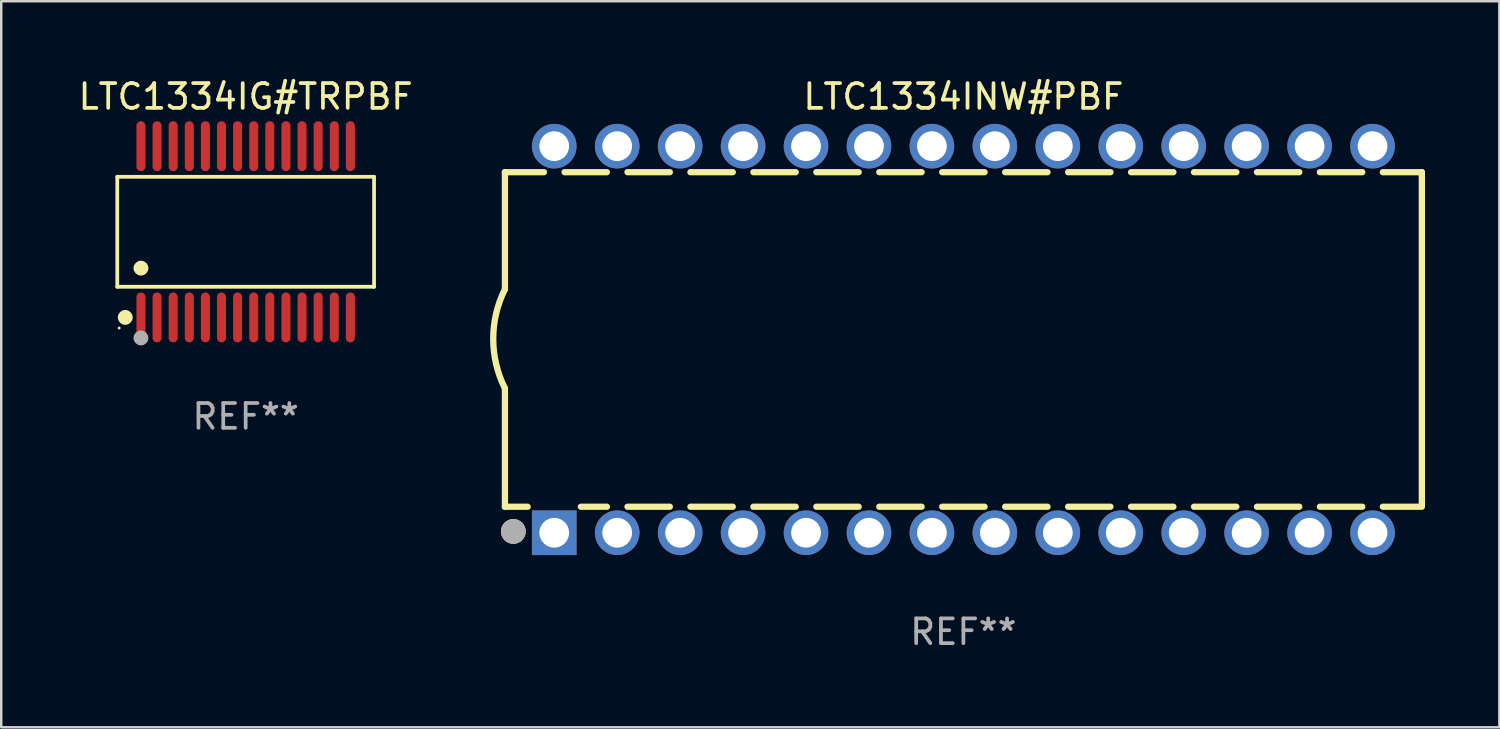
<source format=kicad_pcb>
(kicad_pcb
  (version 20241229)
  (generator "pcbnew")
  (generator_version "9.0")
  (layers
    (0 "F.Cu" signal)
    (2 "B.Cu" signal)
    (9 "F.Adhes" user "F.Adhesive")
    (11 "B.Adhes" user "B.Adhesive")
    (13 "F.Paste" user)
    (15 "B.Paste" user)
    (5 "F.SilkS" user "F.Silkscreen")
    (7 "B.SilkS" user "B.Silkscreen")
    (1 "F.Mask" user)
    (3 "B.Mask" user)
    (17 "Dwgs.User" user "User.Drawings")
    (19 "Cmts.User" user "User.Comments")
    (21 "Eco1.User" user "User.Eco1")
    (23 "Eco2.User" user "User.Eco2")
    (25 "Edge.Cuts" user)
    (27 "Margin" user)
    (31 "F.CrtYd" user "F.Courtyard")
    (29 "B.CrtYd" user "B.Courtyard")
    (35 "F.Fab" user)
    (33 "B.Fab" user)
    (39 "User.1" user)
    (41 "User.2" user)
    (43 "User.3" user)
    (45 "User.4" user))
  (footprint "LTC1334INW#PBF"
    (layer "F.Cu")
    (at 35.825 10.648)
    (property "Reference" "LTC1334INW#PBF" (at 0 -9.8 0) (layer "F.SilkS") (effects (font (size 1 1) (thickness 0.15))))
    (attr through_hole)
    (fp_line (start -18.5 -6.75) (end -18.5 -2.026) (stroke (width 0.254) (type solid)) (layer "F.SilkS"))
    (fp_line (start -18.5 -6.75) (end -16.926 -6.75) (stroke (width 0.254) (type solid)) (layer "F.SilkS"))
    (fp_line (start -18.5 6.75) (end -18.5 1.974) (stroke (width 0.254) (type solid)) (layer "F.SilkS"))
    (fp_line (start -18.5 6.75) (end -17.584 6.75) (stroke (width 0.254) (type solid)) (layer "F.SilkS"))
    (fp_line (start -16.094 -6.75) (end -14.386 -6.75) (stroke (width 0.254) (type solid)) (layer "F.SilkS"))
    (fp_line (start -15.436 6.75) (end -14.386 6.75) (stroke (width 0.254) (type solid)) (layer "F.SilkS"))
    (fp_line (start -13.554 -6.75) (end -11.846 -6.75) (stroke (width 0.254) (type solid)) (layer "F.SilkS"))
    (fp_line (start -13.554 6.75) (end -11.846 6.75) (stroke (width 0.254) (type solid)) (layer "F.SilkS"))
    (fp_line (start -11.014 -6.75) (end -9.306 -6.75) (stroke (width 0.254) (type solid)) (layer "F.SilkS"))
    (fp_line (start -11.014 6.75) (end -9.306 6.75) (stroke (width 0.254) (type solid)) (layer "F.SilkS"))
    (fp_line (start -8.474 -6.75) (end -6.766 -6.75) (stroke (width 0.254) (type solid)) (layer "F.SilkS"))
    (fp_line (start -8.474 6.75) (end -6.766 6.75) (stroke (width 0.254) (type solid)) (layer "F.SilkS"))
    (fp_line (start -5.934 -6.75) (end -4.226 -6.75) (stroke (width 0.254) (type solid)) (layer "F.SilkS"))
    (fp_line (start -5.934 6.75) (end -4.226 6.75) (stroke (width 0.254) (type solid)) (layer "F.SilkS"))
    (fp_line (start -3.394 -6.75) (end -1.686 -6.75) (stroke (width 0.254) (type solid)) (layer "F.SilkS"))
    (fp_line (start -3.394 6.75) (end -1.686 6.75) (stroke (width 0.254) (type solid)) (layer "F.SilkS"))
    (fp_line (start -0.854 -6.75) (end 0.854 -6.75) (stroke (width 0.254) (type solid)) (layer "F.SilkS"))
    (fp_line (start -0.854 6.75) (end 0.854 6.75) (stroke (width 0.254) (type solid)) (layer "F.SilkS"))
    (fp_line (start 1.686 -6.75) (end 3.394 -6.75) (stroke (width 0.254) (type solid)) (layer "F.SilkS"))
    (fp_line (start 1.686 6.75) (end 3.394 6.75) (stroke (width 0.254) (type solid)) (layer "F.SilkS"))
    (fp_line (start 4.226 -6.75) (end 5.934 -6.75) (stroke (width 0.254) (type solid)) (layer "F.SilkS"))
    (fp_line (start 4.226 6.75) (end 5.934 6.75) (stroke (width 0.254) (type solid)) (layer "F.SilkS"))
    (fp_line (start 6.766 -6.75) (end 8.474 -6.75) (stroke (width 0.254) (type solid)) (layer "F.SilkS"))
    (fp_line (start 6.766 6.75) (end 8.474 6.75) (stroke (width 0.254) (type solid)) (layer "F.SilkS"))
    (fp_line (start 9.306 -6.75) (end 11.014 -6.75) (stroke (width 0.254) (type solid)) (layer "F.SilkS"))
    (fp_line (start 9.306 6.75) (end 11.014 6.75) (stroke (width 0.254) (type solid)) (layer "F.SilkS"))
    (fp_line (start 11.846 -6.75) (end 13.554 -6.75) (stroke (width 0.254) (type solid)) (layer "F.SilkS"))
    (fp_line (start 11.846 6.75) (end 13.554 6.75) (stroke (width 0.254) (type solid)) (layer "F.SilkS"))
    (fp_line (start 14.386 -6.75) (end 16.094 -6.75) (stroke (width 0.254) (type solid)) (layer "F.SilkS"))
    (fp_line (start 14.386 6.75) (end 16.094 6.75) (stroke (width 0.254) (type solid)) (layer "F.SilkS"))
    (fp_line (start 16.926 -6.75) (end 18.5 -6.75) (stroke (width 0.254) (type solid)) (layer "F.SilkS"))
    (fp_line (start 16.926 6.75) (end 18.415 6.75) (stroke (width 0.254) (type solid)) (layer "F.SilkS"))
    (fp_line (start 18.5 6.75) (end 18.5 -6.75) (stroke (width 0.254) (type solid)) (layer "F.SilkS"))
    (fp_arc (start -18.500051 1.974384) (mid -18.972187 -0.025616) (end -18.500051 -2.025616) (stroke (width 0.254001) (type solid)) (layer "F.SilkS"))
    (fp_circle (center -18.5 7.8) (end -18.47 7.8) (stroke (width 0.06) (type solid)) (fill no) (layer "F.SilkS"))
    (fp_circle (center -18.161 7.747) (end -17.911 7.747) (stroke (width 0.5) (type solid)) (fill no) (layer "F.SilkS"))
    (fp_circle (center -18.161 7.747) (end -17.911 7.747) (stroke (width 0.5) (type solid)) (fill no) (layer "F.Fab"))
    (fp_text user "REF**" (at 0 11.8 0) (layer "F.Fab") (effects (font (size 1 1) (thickness 0.15))))
    (pad "1" thru_hole rect (at -16.51 7.8) (size 1.8 1.8) (drill 1.2) (layers "*.Cu" "*.Mask"))
    (pad "2" thru_hole circle (at -13.97 7.8) (size 1.8 1.8) (drill 1.2) (layers "*.Cu" "*.Mask"))
    (pad "3" thru_hole circle (at -11.43 7.8) (size 1.8 1.8) (drill 1.2) (layers "*.Cu" "*.Mask"))
    (pad "4" thru_hole circle (at -8.89 7.8) (size 1.8 1.8) (drill 1.2) (layers "*.Cu" "*.Mask"))
    (pad "5" thru_hole circle (at -6.35 7.8) (size 1.8 1.8) (drill 1.2) (layers "*.Cu" "*.Mask"))
    (pad "6" thru_hole circle (at -3.81 7.8) (size 1.8 1.8) (drill 1.2) (layers "*.Cu" "*.Mask"))
    (pad "7" thru_hole circle (at -1.27 7.8) (size 1.8 1.8) (drill 1.2) (layers "*.Cu" "*.Mask"))
    (pad "8" thru_hole circle (at 1.27 7.8) (size 1.8 1.8) (drill 1.2) (layers "*.Cu" "*.Mask"))
    (pad "9" thru_hole circle (at 3.81 7.8) (size 1.8 1.8) (drill 1.2) (layers "*.Cu" "*.Mask"))
    (pad "10" thru_hole circle (at 6.35 7.8) (size 1.8 1.8) (drill 1.2) (layers "*.Cu" "*.Mask"))
    (pad "11" thru_hole circle (at 8.89 7.8) (size 1.8 1.8) (drill 1.2) (layers "*.Cu" "*.Mask"))
    (pad "12" thru_hole circle (at 11.43 7.8) (size 1.8 1.8) (drill 1.2) (layers "*.Cu" "*.Mask"))
    (pad "13" thru_hole circle (at 13.97 7.8) (size 1.8 1.8) (drill 1.2) (layers "*.Cu" "*.Mask"))
    (pad "14" thru_hole circle (at 16.51 7.8) (size 1.8 1.8) (drill 1.2) (layers "*.Cu" "*.Mask"))
    (pad "15" thru_hole circle (at 16.51 -7.8) (size 1.8 1.8) (drill 1.2) (layers "*.Cu" "*.Mask"))
    (pad "16" thru_hole circle (at 13.97 -7.8) (size 1.8 1.8) (drill 1.2) (layers "*.Cu" "*.Mask"))
    (pad "17" thru_hole circle (at 11.43 -7.8) (size 1.8 1.8) (drill 1.2) (layers "*.Cu" "*.Mask"))
    (pad "18" thru_hole circle (at 8.89 -7.8) (size 1.8 1.8) (drill 1.2) (layers "*.Cu" "*.Mask"))
    (pad "19" thru_hole circle (at 6.35 -7.8) (size 1.8 1.8) (drill 1.2) (layers "*.Cu" "*.Mask"))
    (pad "20" thru_hole circle (at 3.81 -7.8) (size 1.8 1.8) (drill 1.2) (layers "*.Cu" "*.Mask"))
    (pad "21" thru_hole circle (at 1.27 -7.8) (size 1.8 1.8) (drill 1.2) (layers "*.Cu" "*.Mask"))
    (pad "22" thru_hole circle (at -1.27 -7.8) (size 1.8 1.8) (drill 1.2) (layers "*.Cu" "*.Mask"))
    (pad "23" thru_hole circle (at -3.81 -7.8) (size 1.8 1.8) (drill 1.2) (layers "*.Cu" "*.Mask"))
    (pad "24" thru_hole circle (at -6.35 -7.8) (size 1.8 1.8) (drill 1.2) (layers "*.Cu" "*.Mask"))
    (pad "25" thru_hole circle (at -8.89 -7.8) (size 1.8 1.8) (drill 1.2) (layers "*.Cu" "*.Mask"))
    (pad "26" thru_hole circle (at -11.43 -7.8) (size 1.8 1.8) (drill 1.2) (layers "*.Cu" "*.Mask"))
    (pad "27" thru_hole circle (at -13.97 -7.8) (size 1.8 1.8) (drill 1.2) (layers "*.Cu" "*.Mask"))
    (pad "28" thru_hole circle (at -16.51 -7.8) (size 1.8 1.8) (drill 1.2) (layers "*.Cu" "*.Mask")))
  (footprint "LTC1334IG#TRPBF"
    (layer "F.Cu")
    (at 6.863 6.303)
    (property "Reference" "LTC1334IG#TRPBF" (at 0 -5.455 0) (layer "F.SilkS") (effects (font (size 1 1) (thickness 0.15))))
    (attr through_hole)
    (fp_line (start -5.181 -2.219) (end 5.181 -2.219) (stroke (width 0.152) (type solid)) (layer "F.SilkS"))
    (fp_line (start -5.181 2.219) (end -5.181 -2.219) (stroke (width 0.152) (type solid)) (layer "F.SilkS"))
    (fp_line (start 5.181 -2.219) (end 5.181 2.219) (stroke (width 0.152) (type solid)) (layer "F.SilkS"))
    (fp_line (start 5.181 2.219) (end -5.181 2.219) (stroke (width 0.152) (type solid)) (layer "F.SilkS"))
    (fp_circle (center -5.105 3.885) (end -5.075 3.885) (stroke (width 0.06) (type solid)) (fill no) (layer "F.SilkS"))
    (fp_circle (center -4.859 3.455) (end -4.709 3.455) (stroke (width 0.3) (type solid)) (fill no) (layer "F.SilkS"))
    (fp_circle (center -4.225 1.467) (end -4.075 1.467) (stroke (width 0.3) (type solid)) (fill no) (layer "F.SilkS"))
    (fp_circle (center -4.225 4.285) (end -4.075 4.285) (stroke (width 0.3) (type solid)) (fill no) (layer "F.Fab"))
    (fp_text user "REF**" (at 0 7.455 0) (layer "F.Fab") (effects (font (size 1 1) (thickness 0.15))))
    (pad "1" smd oval (at -4.225 3.455) (size 0.364 2.015) (layers "F.Cu" "F.Mask" "F.Paste"))
    (pad "2" smd oval (at -3.575 3.455) (size 0.364 2.015) (layers "F.Cu" "F.Mask" "F.Paste"))
    (pad "3" smd oval (at -2.925 3.455) (size 0.364 2.015) (layers "F.Cu" "F.Mask" "F.Paste"))
    (pad "4" smd oval (at -2.275 3.455) (size 0.364 2.015) (layers "F.Cu" "F.Mask" "F.Paste"))
    (pad "5" smd oval (at -1.625 3.455) (size 0.364 2.015) (layers "F.Cu" "F.Mask" "F.Paste"))
    (pad "6" smd oval (at -0.975 3.455) (size 0.364 2.015) (layers "F.Cu" "F.Mask" "F.Paste"))
    (pad "7" smd oval (at -0.325 3.455) (size 0.364 2.015) (layers "F.Cu" "F.Mask" "F.Paste"))
    (pad "8" smd oval (at 0.325 3.455) (size 0.364 2.015) (layers "F.Cu" "F.Mask" "F.Paste"))
    (pad "9" smd oval (at 0.975 3.455) (size 0.364 2.015) (layers "F.Cu" "F.Mask" "F.Paste"))
    (pad "10" smd oval (at 1.625 3.455) (size 0.364 2.015) (layers "F.Cu" "F.Mask" "F.Paste"))
    (pad "11" smd oval (at 2.275 3.455) (size 0.364 2.015) (layers "F.Cu" "F.Mask" "F.Paste"))
    (pad "12" smd oval (at 2.925 3.455) (size 0.364 2.015) (layers "F.Cu" "F.Mask" "F.Paste"))
    (pad "13" smd oval (at 3.575 3.455) (size 0.364 2.015) (layers "F.Cu" "F.Mask" "F.Paste"))
    (pad "14" smd oval (at 4.225 3.455) (size 0.364 2.015) (layers "F.Cu" "F.Mask" "F.Paste"))
    (pad "15" smd oval (at 4.225 -3.455) (size 0.364 2.015) (layers "F.Cu" "F.Mask" "F.Paste"))
    (pad "16" smd oval (at 3.575 -3.455) (size 0.364 2.015) (layers "F.Cu" "F.Mask" "F.Paste"))
    (pad "17" smd oval (at 2.925 -3.455) (size 0.364 2.015) (layers "F.Cu" "F.Mask" "F.Paste"))
    (pad "18" smd oval (at 2.275 -3.455) (size 0.364 2.015) (layers "F.Cu" "F.Mask" "F.Paste"))
    (pad "19" smd oval (at 1.625 -3.455) (size 0.364 2.015) (layers "F.Cu" "F.Mask" "F.Paste"))
    (pad "20" smd oval (at 0.975 -3.455) (size 0.364 2.015) (layers "F.Cu" "F.Mask" "F.Paste"))
    (pad "21" smd oval (at 0.325 -3.455) (size 0.364 2.015) (layers "F.Cu" "F.Mask" "F.Paste"))
    (pad "22" smd oval (at -0.325 -3.455) (size 0.364 2.015) (layers "F.Cu" "F.Mask" "F.Paste"))
    (pad "23" smd oval (at -0.975 -3.455) (size 0.364 2.015) (layers "F.Cu" "F.Mask" "F.Paste"))
    (pad "24" smd oval (at -1.625 -3.455) (size 0.364 2.015) (layers "F.Cu" "F.Mask" "F.Paste"))
    (pad "25" smd oval (at -2.275 -3.455) (size 0.364 2.015) (layers "F.Cu" "F.Mask" "F.Paste"))
    (pad "26" smd oval (at -2.925 -3.455) (size 0.364 2.015) (layers "F.Cu" "F.Mask" "F.Paste"))
    (pad "27" smd oval (at -3.575 -3.455) (size 0.364 2.015) (layers "F.Cu" "F.Mask" "F.Paste"))
    (pad "28" smd oval (at -4.225 -3.455) (size 0.364 2.015) (layers "F.Cu" "F.Mask" "F.Paste")))
  (gr_rect
    (start -3 -3)
    (end 57.452 26.297)
    (stroke (width 0.1) (type default))
    (fill no)
    (layer "Edge.Cuts")))
</source>
